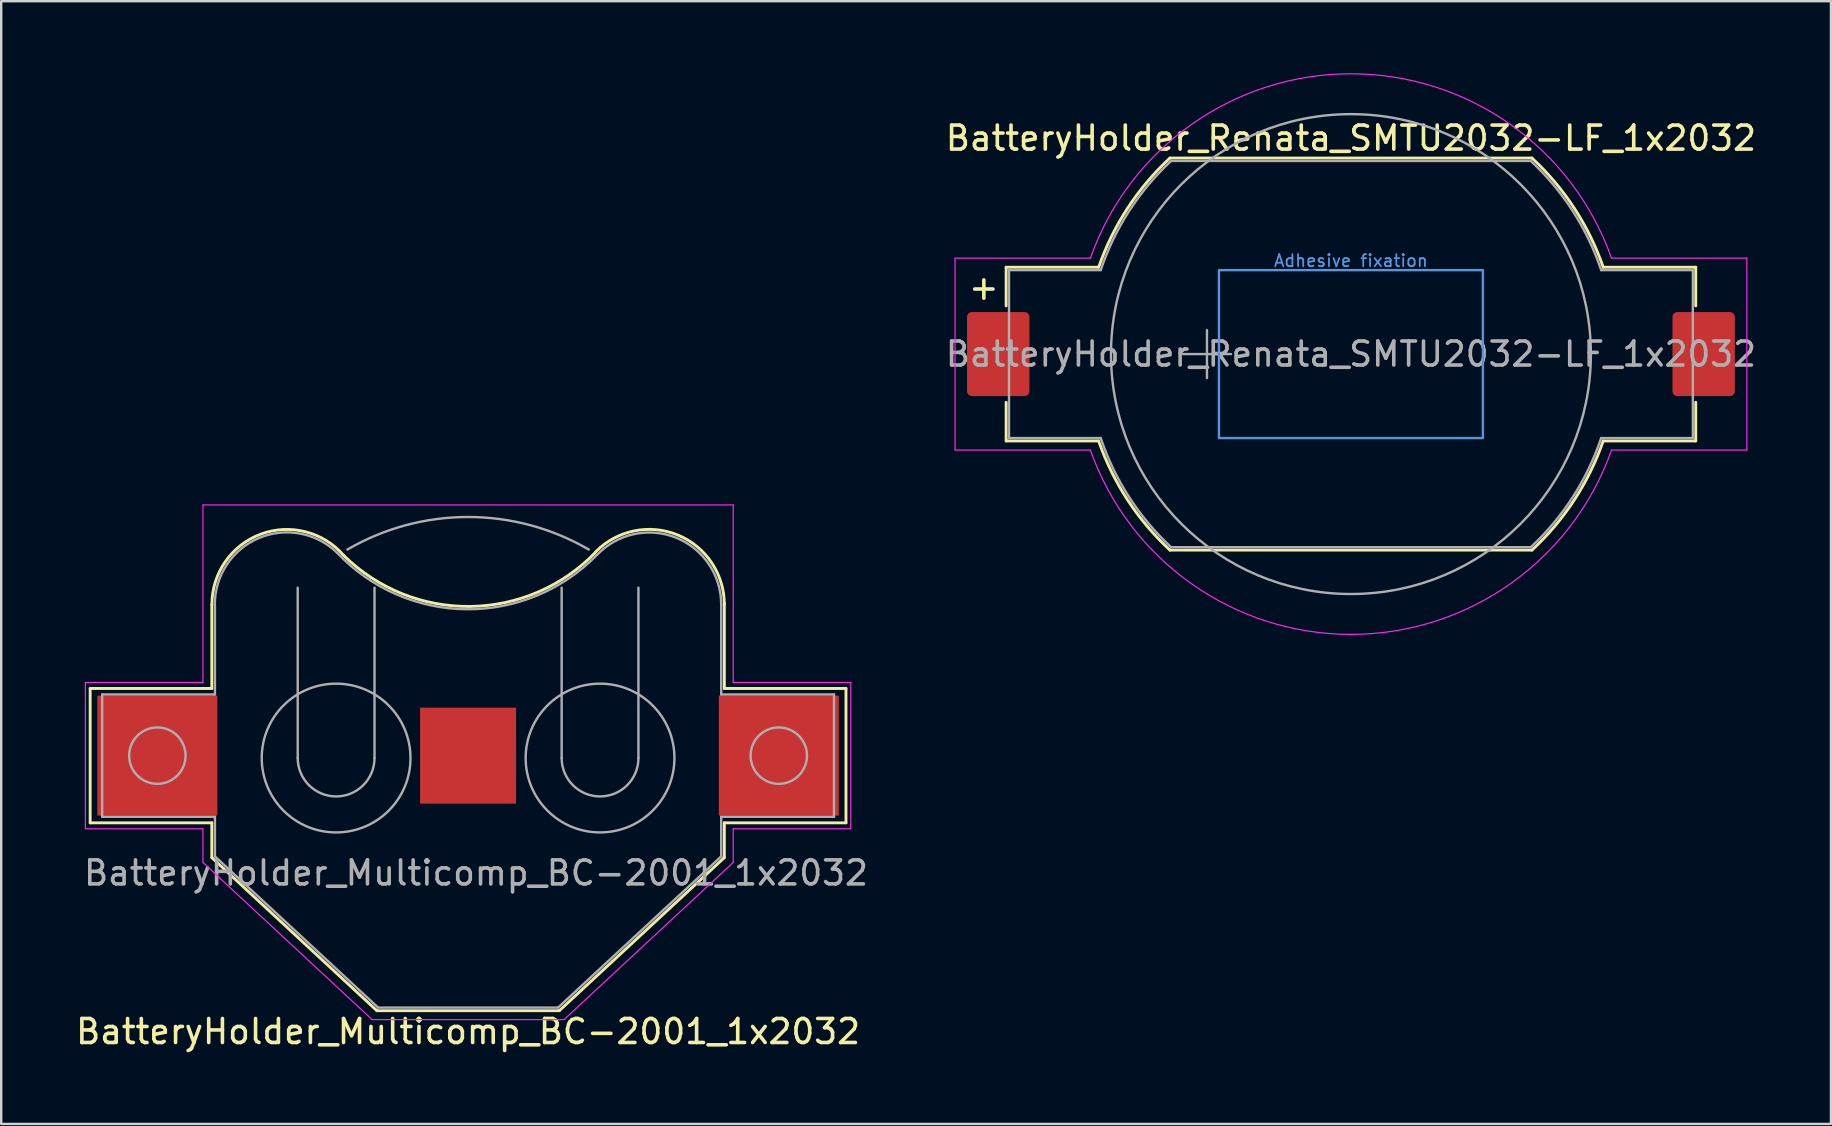
<source format=kicad_pcb>
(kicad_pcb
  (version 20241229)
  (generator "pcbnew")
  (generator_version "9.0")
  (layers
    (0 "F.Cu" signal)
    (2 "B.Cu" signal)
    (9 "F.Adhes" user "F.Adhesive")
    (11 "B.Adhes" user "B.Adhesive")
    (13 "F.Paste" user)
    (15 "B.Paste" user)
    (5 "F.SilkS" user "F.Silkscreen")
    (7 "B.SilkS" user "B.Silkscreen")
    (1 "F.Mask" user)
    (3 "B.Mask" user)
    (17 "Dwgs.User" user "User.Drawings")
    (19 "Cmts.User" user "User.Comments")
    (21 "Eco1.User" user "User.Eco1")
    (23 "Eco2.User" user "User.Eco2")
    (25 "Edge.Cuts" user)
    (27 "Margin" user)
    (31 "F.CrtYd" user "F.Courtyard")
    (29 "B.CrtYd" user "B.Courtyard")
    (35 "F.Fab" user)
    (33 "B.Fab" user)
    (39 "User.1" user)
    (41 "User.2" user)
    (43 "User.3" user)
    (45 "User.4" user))
  (footprint "BatteryHolder_Multicomp_BC-2001_1x2032"
    (layer "F.Cu")
    (at 16.458 28.443)
    (property "Reference" "BatteryHolder_Multicomp_BC-2001_1x2032" (at 0 11.5 0) (layer "F.SilkS") (effects (font (size 1 1) (thickness 0.15))))
    (attr smd)
    (fp_line (start -15.75 -2.8) (end -10.68 -2.8) (stroke (width 0.12) (type solid)) (layer "F.SilkS"))
    (fp_line (start -15.75 2.8) (end -15.75 -2.8) (stroke (width 0.12) (type solid)) (layer "F.SilkS"))
    (fp_line (start -15.75 2.8) (end -10.68 2.8) (stroke (width 0.12) (type solid)) (layer "F.SilkS"))
    (fp_line (start -10.68 -2.8) (end -10.68 -6.28) (stroke (width 0.12) (type solid)) (layer "F.SilkS"))
    (fp_line (start -10.68 2.8) (end -10.68 4.25) (stroke (width 0.12) (type solid)) (layer "F.SilkS"))
    (fp_line (start -10.68 4.25) (end -3.8 10.63) (stroke (width 0.12) (type solid)) (layer "F.SilkS"))
    (fp_line (start 3.8 10.63) (end -3.8 10.63) (stroke (width 0.12) (type solid)) (layer "F.SilkS"))
    (fp_line (start 10.68 -2.8) (end 10.68 -6.35) (stroke (width 0.12) (type solid)) (layer "F.SilkS"))
    (fp_line (start 10.68 2.8) (end 10.68 4.25) (stroke (width 0.12) (type solid)) (layer "F.SilkS"))
    (fp_line (start 10.68 2.8) (end 15.75 2.8) (stroke (width 0.12) (type solid)) (layer "F.SilkS"))
    (fp_line (start 10.68 4.25) (end 3.8 10.63) (stroke (width 0.12) (type solid)) (layer "F.SilkS"))
    (fp_line (start 15.75 -2.8) (end 10.68 -2.8) (stroke (width 0.12) (type solid)) (layer "F.SilkS"))
    (fp_line (start 15.75 2.8) (end 15.75 -2.8) (stroke (width 0.12) (type solid)) (layer "F.SilkS"))
    (fp_arc (start -10.677058 -6.3) (mid -8.637972 -9.23169) (end -5.180001 -8.339999) (stroke (width 0.12) (type solid)) (layer "F.SilkS"))
    (fp_arc (start 5.306422 -8.467392) (mid 0.096808 -6.218103) (end -5.169999 -8.330001) (stroke (width 0.12) (type solid)) (layer "F.SilkS"))
    (fp_arc (start 5.316452 -8.492753) (mid 8.734461 -9.197232) (end 10.68 -6.3) (stroke (width 0.12) (type solid)) (layer "F.SilkS"))
    (fp_line (start -15.95 -3.05) (end -15.95 3.05) (stroke (width 0.05) (type solid)) (layer "F.CrtYd"))
    (fp_line (start -15.95 -3.05) (end -11.05 -3.05) (stroke (width 0.05) (type solid)) (layer "F.CrtYd"))
    (fp_line (start -15.95 3.05) (end -11.05 3.05) (stroke (width 0.05) (type solid)) (layer "F.CrtYd"))
    (fp_line (start -11.05 -10.45) (end 11.05 -10.45) (stroke (width 0.05) (type solid)) (layer "F.CrtYd"))
    (fp_line (start -11.05 -3.05) (end -11.05 -10.45) (stroke (width 0.05) (type solid)) (layer "F.CrtYd"))
    (fp_line (start -11.05 3.05) (end -11.05 4.45) (stroke (width 0.05) (type solid)) (layer "F.CrtYd"))
    (fp_line (start -11.05 4.45) (end -4 11) (stroke (width 0.05) (type solid)) (layer "F.CrtYd"))
    (fp_line (start -4 11) (end 4 11) (stroke (width 0.05) (type solid)) (layer "F.CrtYd"))
    (fp_line (start 4 11) (end 11.05 4.45) (stroke (width 0.05) (type solid)) (layer "F.CrtYd"))
    (fp_line (start 11.05 -3.05) (end 11.05 -10.45) (stroke (width 0.05) (type solid)) (layer "F.CrtYd"))
    (fp_line (start 11.05 -3.05) (end 15.95 -3.05) (stroke (width 0.05) (type solid)) (layer "F.CrtYd"))
    (fp_line (start 11.05 3.05) (end 11.05 4.45) (stroke (width 0.05) (type solid)) (layer "F.CrtYd"))
    (fp_line (start 11.05 3.05) (end 15.95 3.05) (stroke (width 0.05) (type solid)) (layer "F.CrtYd"))
    (fp_line (start 15.95 3.05) (end 15.95 -3.05) (stroke (width 0.05) (type solid)) (layer "F.CrtYd"))
    (fp_line (start -15.25 -2.55) (end -15.25 2.55) (stroke (width 0.1) (type solid)) (layer "F.Fab"))
    (fp_line (start -15.25 -2.55) (end -10.55 -2.55) (stroke (width 0.1) (type solid)) (layer "F.Fab"))
    (fp_line (start -15.25 2.55) (end -10.55 2.55) (stroke (width 0.1) (type solid)) (layer "F.Fab"))
    (fp_line (start -10.55 -6.29) (end -10.55 -2.55) (stroke (width 0.1) (type solid)) (layer "F.Fab"))
    (fp_line (start -10.55 2.55) (end -10.55 4.2) (stroke (width 0.1) (type solid)) (layer "F.Fab"))
    (fp_line (start -10.55 4.2) (end -3.75 10.5) (stroke (width 0.1) (type solid)) (layer "F.Fab"))
    (fp_line (start -7.1 0.1) (end -7.1 -7) (stroke (width 0.1) (type solid)) (layer "F.Fab"))
    (fp_line (start -3.9 0.1) (end -3.9 -7) (stroke (width 0.1) (type solid)) (layer "F.Fab"))
    (fp_line (start -3.75 10.5) (end 3.75 10.5) (stroke (width 0.1) (type solid)) (layer "F.Fab"))
    (fp_line (start 3.9 0.1) (end 3.9 -7) (stroke (width 0.1) (type solid)) (layer "F.Fab"))
    (fp_line (start 7.1 0.1) (end 7.1 -7) (stroke (width 0.1) (type solid)) (layer "F.Fab"))
    (fp_line (start 10.55 -6.3) (end 10.55 -2.55) (stroke (width 0.1) (type solid)) (layer "F.Fab"))
    (fp_line (start 10.55 -2.55) (end 15.25 -2.55) (stroke (width 0.1) (type solid)) (layer "F.Fab"))
    (fp_line (start 10.55 2.55) (end 10.55 4.2) (stroke (width 0.1) (type solid)) (layer "F.Fab"))
    (fp_line (start 10.55 2.55) (end 15.25 2.55) (stroke (width 0.1) (type solid)) (layer "F.Fab"))
    (fp_line (start 10.55 4.2) (end 3.75 10.5) (stroke (width 0.1) (type solid)) (layer "F.Fab"))
    (fp_line (start 15.25 2.55) (end 15.25 -2.55) (stroke (width 0.1) (type solid)) (layer "F.Fab"))
    (fp_arc (start -10.55541 -6.3) (mid -8.716433 -9.069824) (end -5.450001 -8.449999) (stroke (width 0.1) (type solid)) (layer "F.Fab"))
    (fp_arc (start -5.03 -8.59) (mid 0.000119 -9.946168) (end 5.030206 -8.58988) (stroke (width 0.1) (type default)) (layer "F.Fab"))
    (fp_arc (start -3.9 0.1) (mid -5.5 1.7) (end -7.1 0.1) (stroke (width 0.1) (type solid)) (layer "F.Fab"))
    (fp_arc (start 5.351903 -8.348132) (mid -0.070711 -6.102001) (end -5.449999 -8.450001) (stroke (width 0.1) (type solid)) (layer "F.Fab"))
    (fp_arc (start 5.376326 -8.367641) (mid 8.663323 -9.085769) (end 10.55 -6.3) (stroke (width 0.1) (type solid)) (layer "F.Fab"))
    (fp_arc (start 7.1 0.1) (mid 5.5 1.7) (end 3.9 0.1) (stroke (width 0.1) (type solid)) (layer "F.Fab"))
    (fp_circle (center -12.95 0) (end -11.775 0) (stroke (width 0.1) (type solid)) (fill no) (layer "F.Fab"))
    (fp_circle (center -5.5 0.1) (end -2.4 0.1) (stroke (width 0.1) (type solid)) (fill no) (layer "F.Fab"))
    (fp_circle (center 5.5 0.1) (end 8.6 0.1) (stroke (width 0.1) (type solid)) (fill no) (layer "F.Fab"))
    (fp_circle (center 12.95 0) (end 14.125 0) (stroke (width 0.1) (type solid)) (fill no) (layer "F.Fab"))
    (fp_text user "${REFERENCE}" (at 0.33 4.89 0) (layer "F.Fab") (effects (font (size 1 1) (thickness 0.15))))
    (pad "1" smd rect (at -12.95 0) (size 5 5) (layers "F.Cu" "F.Mask" "F.Paste"))
    (pad "1" smd rect (at 12.95 0) (size 5 5) (layers "F.Cu" "F.Mask" "F.Paste"))
    (pad "2" smd rect (at 0 0) (size 4 4) (layers "F.Cu" "F.Mask" "F.Paste"))
    (zone (net_name "") (layers "F.Cu" "F.Fab") (hatch edge 0.5) (connect_pads) (min_thickness 0.25) (filled_areas_thickness no) (keepout (tracks allowed) (vias allowed) (pads allowed) (copperpour allowed) (footprints not_allowed)) (placement (enabled no)) (fill) (polygon (pts (xy 17.428 0.04) (xy 18.073 0.12) (xy 18.711 0.239) (xy 19.341 0.398) (xy 19.961 0.595) (xy 20.567 0.829) (xy 21.157 1.101) (xy 21.729 1.408) (xy 22.282 1.751) (xy 22.812 2.126) (xy 23.318 2.533) (xy 23.799 2.971) (xy 24.251 3.438) (xy 24.674 3.931) (xy 25.065 4.45) (xy 25.424 4.991) (xy 25.749 5.554) (xy 26.039 6.136) (xy 26.292 6.734) (xy 26.508 7.347) (xy 26.686 7.972) (xy 26.825 8.607) (xy 26.924 9.249) (xy 26.984 9.896) (xy 27.004 10.545) (xy 26.984 11.195) (xy 26.924 11.842) (xy 26.825 12.484) (xy 26.686 13.118) (xy 26.508 13.743) (xy 26.292 14.356) (xy 26.039 14.955) (xy 25.749 15.536) (xy 25.424 16.099) (xy 25.065 16.641) (xy 24.674 17.159) (xy 24.251 17.653) (xy 23.799 18.119) (xy 23.318 18.557) (xy 22.812 18.964) (xy 22.282 19.34) (xy 21.729 19.682) (xy 21.157 19.989) (xy 20.567 20.261) (xy 19.961 20.496) (xy 19.341 20.692) (xy 18.711 20.851) (xy 18.073 20.97) (xy 17.428 21.05) (xy 16.779 21.09) (xy 16.129 21.09) (xy 15.481 21.05) (xy 14.836 20.97) (xy 14.197 20.851) (xy 13.567 20.692) (xy 12.948 20.496) (xy 12.342 20.261) (xy 11.752 19.989) (xy 11.179 19.682) (xy 10.627 19.34) (xy 10.096 18.964) (xy 9.59 18.557) (xy 9.11 18.119) (xy 8.658 17.653) (xy 8.235 17.159) (xy 7.843 16.641) (xy 7.484 16.099) (xy 7.159 15.536) (xy 6.87 14.955) (xy 6.617 14.356) (xy 6.401 13.743) (xy 6.223 13.118) (xy 6.084 12.484) (xy 5.984 11.842) (xy 5.924 11.195) (xy 5.904 10.545) (xy 5.924 9.896) (xy 5.984 9.249) (xy 6.084 8.607) (xy 6.223 7.972) (xy 6.401 7.347) (xy 6.617 6.734) (xy 6.87 6.136) (xy 7.159 5.554) (xy 7.484 4.991) (xy 7.843 4.45) (xy 8.235 3.931) (xy 8.658 3.438) (xy 9.11 2.971) (xy 9.59 2.533) (xy 10.096 2.126) (xy 10.627 1.751) (xy 11.179 1.408) (xy 11.752 1.101) (xy 12.342 0.829) (xy 12.948 0.595) (xy 13.567 0.398) (xy 14.197 0.239) (xy 14.836 0.12) (xy 15.481 0.04) (xy 16.129 0) (xy 16.779 0)))))
  (footprint "BatteryHolder_Renata_SMTU2032-LF_1x2032"
    (layer "F.Cu")
    (at 53.253 11.707)
    (property "Reference" "BatteryHolder_Renata_SMTU2032-LF_1x2032" (at 0 -9 0) (layer "F.SilkS") (effects (font (size 1 1) (thickness 0.15))))
    (attr smd)
    (fp_line (start -14.37 -3.62) (end -10.514 -3.62) (stroke (width 0.12) (type solid)) (layer "F.SilkS"))
    (fp_line (start -14.37 -2.01) (end -14.37 -3.62) (stroke (width 0.12) (type solid)) (layer "F.SilkS"))
    (fp_line (start -14.37 3.62) (end -14.37 2.01) (stroke (width 0.12) (type solid)) (layer "F.SilkS"))
    (fp_line (start -10.514 3.62) (end -14.37 3.62) (stroke (width 0.12) (type solid)) (layer "F.SilkS"))
    (fp_line (start -7.544 -8.17) (end 7.544 -8.17) (stroke (width 0.12) (type solid)) (layer "F.SilkS"))
    (fp_line (start 7.544 8.17) (end -7.544 8.17) (stroke (width 0.12) (type solid)) (layer "F.SilkS"))
    (fp_line (start 10.514 -3.62) (end 14.37 -3.62) (stroke (width 0.12) (type solid)) (layer "F.SilkS"))
    (fp_line (start 14.37 -3.62) (end 14.37 -2.01) (stroke (width 0.12) (type solid)) (layer "F.SilkS"))
    (fp_line (start 14.37 2.01) (end 14.37 3.62) (stroke (width 0.12) (type solid)) (layer "F.SilkS"))
    (fp_line (start 14.37 3.62) (end 10.514 3.62) (stroke (width 0.12) (type solid)) (layer "F.SilkS"))
    (fp_arc (start -10.5143 -3.62) (mid -9.309293 -6.078036) (end -7.5436 -8.17) (stroke (width 0.12) (type solid)) (layer "F.SilkS"))
    (fp_arc (start -7.5436 8.17) (mid -9.309293 6.078036) (end -10.5143 3.62) (stroke (width 0.12) (type solid)) (layer "F.SilkS"))
    (fp_arc (start 7.5436 -8.17) (mid 9.309293 -6.078036) (end 10.5143 -3.62) (stroke (width 0.12) (type solid)) (layer "F.SilkS"))
    (fp_arc (start 10.5143 3.62) (mid 9.309293 6.078036) (end 7.5436 8.17) (stroke (width 0.12) (type solid)) (layer "F.SilkS"))
    (fp_rect (start -5.5 -3.5) (end 5.5 3.5) (stroke (width 0.1) (type default)) (fill no) (layer "Cmts.User"))
    (fp_line (start -16.5 -4) (end -10.86 -4) (stroke (width 0.05) (type solid)) (layer "F.CrtYd"))
    (fp_line (start -16.5 4) (end -16.5 -4) (stroke (width 0.05) (type solid)) (layer "F.CrtYd"))
    (fp_line (start -10.86 4) (end -16.5 4) (stroke (width 0.05) (type solid)) (layer "F.CrtYd"))
    (fp_line (start 10.86 -4) (end 16.5 -4) (stroke (width 0.05) (type solid)) (layer "F.CrtYd"))
    (fp_line (start 16.5 -4) (end 16.5 4) (stroke (width 0.05) (type solid)) (layer "F.CrtYd"))
    (fp_line (start 16.5 4) (end 10.86 4) (stroke (width 0.05) (type solid)) (layer "F.CrtYd"))
    (fp_arc (start -10.86 -4) (mid 0 -11.682196) (end 10.86 -4) (stroke (width 0.05) (type solid)) (layer "F.CrtYd"))
    (fp_arc (start 10.86 4) (mid 0 11.682196) (end -10.86 4) (stroke (width 0.05) (type solid)) (layer "F.CrtYd"))
    (fp_line (start -14.25 -3.5) (end -10.428 -3.5) (stroke (width 0.1) (type solid)) (layer "F.Fab"))
    (fp_line (start -14.25 3.5) (end -14.25 -3.5) (stroke (width 0.1) (type solid)) (layer "F.Fab"))
    (fp_line (start -10.428 3.5) (end -14.25 3.5) (stroke (width 0.1) (type solid)) (layer "F.Fab"))
    (fp_line (start -7.497 -8.05) (end 7.497 -8.05) (stroke (width 0.1) (type solid)) (layer "F.Fab"))
    (fp_line (start -7 0) (end -5 0) (stroke (width 0.1) (type solid)) (layer "F.Fab"))
    (fp_line (start -6 -1) (end -6 1) (stroke (width 0.1) (type solid)) (layer "F.Fab"))
    (fp_line (start 7.497 8.05) (end -7.497 8.05) (stroke (width 0.1) (type solid)) (layer "F.Fab"))
    (fp_line (start 10.428 -3.5) (end 14.25 -3.5) (stroke (width 0.1) (type solid)) (layer "F.Fab"))
    (fp_line (start 14.25 -3.5) (end 14.25 3.5) (stroke (width 0.1) (type solid)) (layer "F.Fab"))
    (fp_line (start 14.25 3.5) (end 10.428 3.5) (stroke (width 0.1) (type solid)) (layer "F.Fab"))
    (fp_arc (start -10.4283 -3.5) (mid -9.246774 -5.958237) (end -7.4965 -8.05) (stroke (width 0.1) (type solid)) (layer "F.Fab"))
    (fp_arc (start -7.4965 8.05) (mid -9.246774 5.958237) (end -10.4283 3.5) (stroke (width 0.1) (type solid)) (layer "F.Fab"))
    (fp_arc (start 7.4965 -8.05) (mid 9.246774 -5.958237) (end 10.4283 -3.5) (stroke (width 0.1) (type solid)) (layer "F.Fab"))
    (fp_arc (start 10.4283 3.5) (mid 9.246774 5.958237) (end 7.4965 8.05) (stroke (width 0.1) (type solid)) (layer "F.Fab"))
    (fp_circle (center 0 0) (end 10 0) (stroke (width 0.1) (type solid)) (fill no) (layer "F.Fab"))
    (fp_text user "+" (at -15.3 -2.785 0) (layer "F.SilkS") (effects (font (size 1 1) (thickness 0.15))))
    (fp_text user "Adhesive fixation" (at 0 -3.6 0) (unlocked yes) (layer "Cmts.User") (effects (font (size 0.5 0.5) (thickness 0.075)) (justify bottom)))
    (fp_text user "${REFERENCE}" (at 0 0 0) (layer "F.Fab") (effects (font (size 1 1) (thickness 0.15))))
    (pad "1" smd roundrect (at -14.7 0) (size 2.6 3.5) (layers "F.Cu" "F.Mask" "F.Paste") (roundrect_rratio 0.077))
    (pad "2" smd roundrect (at 14.7 0) (size 2.6 3.5) (layers "F.Cu" "F.Mask" "F.Paste") (roundrect_rratio 0.077)))
  (gr_rect
    (start -3 -3)
    (end 73.259 43.792)
    (stroke (width 0.1) (type default))
    (fill no)
    (layer "Edge.Cuts")))
</source>
